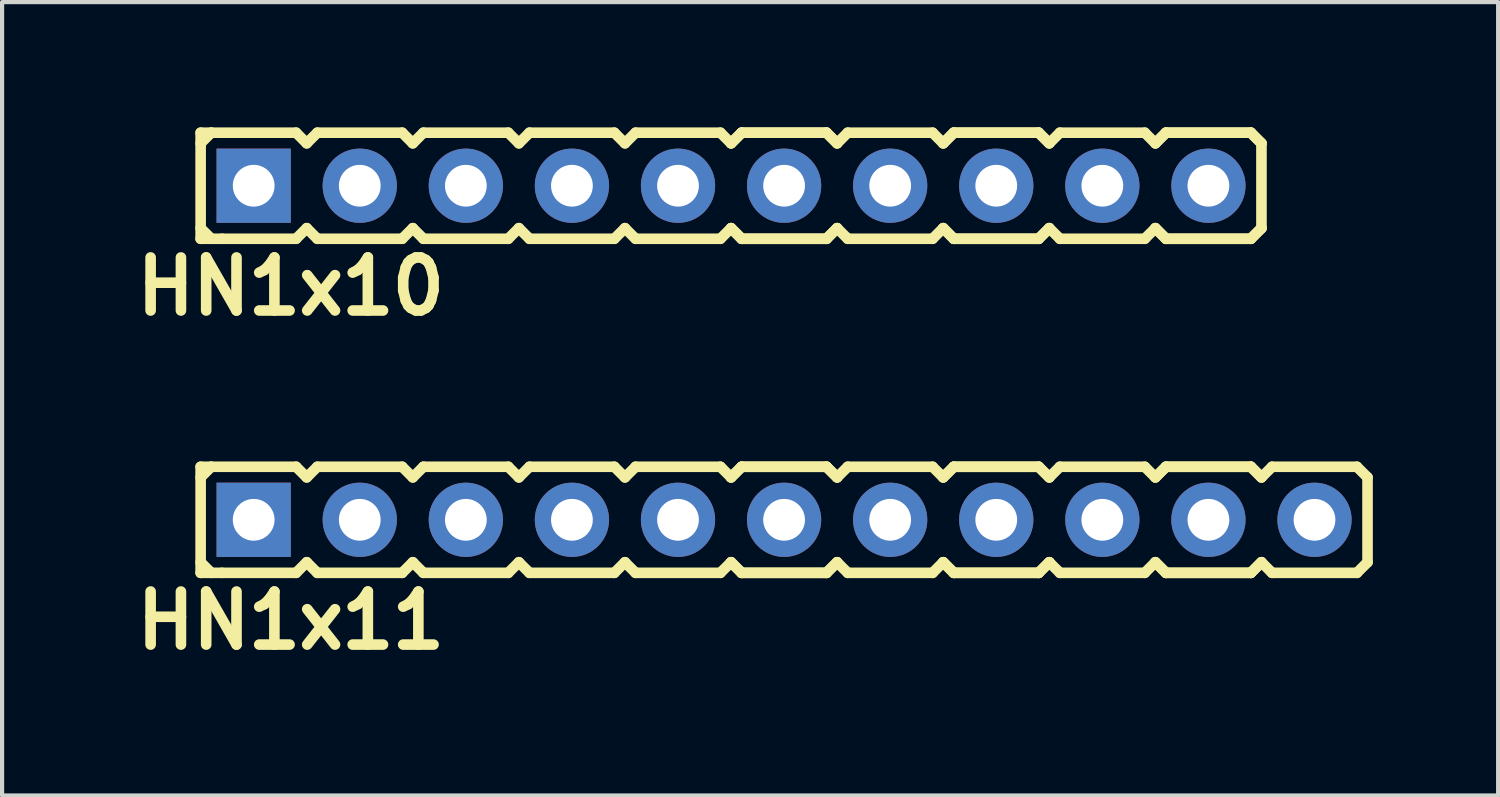
<source format=kicad_pcb>
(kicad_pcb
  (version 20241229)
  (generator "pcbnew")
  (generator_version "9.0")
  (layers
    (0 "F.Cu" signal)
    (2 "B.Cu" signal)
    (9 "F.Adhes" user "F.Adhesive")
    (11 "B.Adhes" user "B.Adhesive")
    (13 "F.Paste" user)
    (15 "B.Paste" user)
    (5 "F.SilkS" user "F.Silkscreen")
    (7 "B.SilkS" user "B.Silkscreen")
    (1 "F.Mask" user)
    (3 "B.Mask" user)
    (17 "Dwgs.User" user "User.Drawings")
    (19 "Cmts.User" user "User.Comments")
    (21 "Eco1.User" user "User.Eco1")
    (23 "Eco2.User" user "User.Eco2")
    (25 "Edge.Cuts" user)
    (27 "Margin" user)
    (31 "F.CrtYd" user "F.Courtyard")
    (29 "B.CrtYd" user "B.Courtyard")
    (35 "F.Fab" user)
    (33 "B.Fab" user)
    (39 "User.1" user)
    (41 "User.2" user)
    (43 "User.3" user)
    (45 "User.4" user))
  (footprint "HN1x11"
    (layer "F.Cu")
    (at 15.724 9.396)
    (property "Reference" "HN1x11" (at -11.811 2.413 0) (layer "F.SilkS") (effects (font (size 1.27 1.27) (thickness 0.254))))
    (attr smd)
    (fp_line (start -13.97 -1.27) (end -13.97 1.27) (stroke (width 0.254) (type solid)) (layer "F.SilkS"))
    (fp_line (start -13.97 -1.27) (end -13.716 -1.27) (stroke (width 0.254) (type solid)) (layer "F.SilkS"))
    (fp_line (start -13.97 -1.016) (end -13.716 -1.27) (stroke (width 0.254) (type solid)) (layer "F.SilkS"))
    (fp_line (start -13.716 -1.27) (end -11.684 -1.27) (stroke (width 0.254) (type solid)) (layer "F.SilkS"))
    (fp_line (start -13.716 1.27) (end -13.97 1.016) (stroke (width 0.254) (type solid)) (layer "F.SilkS"))
    (fp_line (start -13.462 1.27) (end -13.97 1.27) (stroke (width 0.254) (type solid)) (layer "F.SilkS"))
    (fp_line (start -11.684 -1.27) (end -11.43 -1.016) (stroke (width 0.254) (type solid)) (layer "F.SilkS"))
    (fp_line (start -11.684 1.27) (end -13.462 1.27) (stroke (width 0.254) (type solid)) (layer "F.SilkS"))
    (fp_line (start -11.43 -1.016) (end -11.176 -1.27) (stroke (width 0.254) (type solid)) (layer "F.SilkS"))
    (fp_line (start -11.43 1.016) (end -11.684 1.27) (stroke (width 0.254) (type solid)) (layer "F.SilkS"))
    (fp_line (start -11.176 -1.27) (end -9.144 -1.27) (stroke (width 0.254) (type solid)) (layer "F.SilkS"))
    (fp_line (start -11.176 1.27) (end -11.43 1.016) (stroke (width 0.254) (type solid)) (layer "F.SilkS"))
    (fp_line (start -9.144 -1.27) (end -8.89 -1.016) (stroke (width 0.254) (type solid)) (layer "F.SilkS"))
    (fp_line (start -9.144 1.27) (end -11.176 1.27) (stroke (width 0.254) (type solid)) (layer "F.SilkS"))
    (fp_line (start -9.144 1.27) (end -8.89 1.016) (stroke (width 0.254) (type solid)) (layer "F.SilkS"))
    (fp_line (start -8.89 -1.016) (end -8.636 -1.27) (stroke (width 0.254) (type solid)) (layer "F.SilkS"))
    (fp_line (start -8.89 1.016) (end -8.636 1.27) (stroke (width 0.254) (type solid)) (layer "F.SilkS"))
    (fp_line (start -8.636 -1.27) (end -6.604 -1.27) (stroke (width 0.254) (type solid)) (layer "F.SilkS"))
    (fp_line (start -6.604 -1.27) (end -6.35 -1.016) (stroke (width 0.254) (type solid)) (layer "F.SilkS"))
    (fp_line (start -6.604 1.27) (end -8.636 1.27) (stroke (width 0.254) (type solid)) (layer "F.SilkS"))
    (fp_line (start -6.35 -1.016) (end -6.096 -1.27) (stroke (width 0.254) (type solid)) (layer "F.SilkS"))
    (fp_line (start -6.35 1.016) (end -6.604 1.27) (stroke (width 0.254) (type solid)) (layer "F.SilkS"))
    (fp_line (start -6.096 -1.27) (end -4.064 -1.27) (stroke (width 0.254) (type solid)) (layer "F.SilkS"))
    (fp_line (start -6.096 1.27) (end -6.35 1.016) (stroke (width 0.254) (type solid)) (layer "F.SilkS"))
    (fp_line (start -4.064 -1.27) (end -3.81 -1.016) (stroke (width 0.254) (type solid)) (layer "F.SilkS"))
    (fp_line (start -4.064 1.27) (end -6.096 1.27) (stroke (width 0.254) (type solid)) (layer "F.SilkS"))
    (fp_line (start -3.81 -1.016) (end -3.556 -1.27) (stroke (width 0.254) (type solid)) (layer "F.SilkS"))
    (fp_line (start -3.81 1.016) (end -4.064 1.27) (stroke (width 0.254) (type solid)) (layer "F.SilkS"))
    (fp_line (start -3.556 -1.27) (end -1.524 -1.27) (stroke (width 0.254) (type solid)) (layer "F.SilkS"))
    (fp_line (start -3.556 1.27) (end -3.81 1.016) (stroke (width 0.254) (type solid)) (layer "F.SilkS"))
    (fp_line (start -1.524 -1.27) (end -1.27 -1.016) (stroke (width 0.254) (type solid)) (layer "F.SilkS"))
    (fp_line (start -1.524 1.27) (end -3.556 1.27) (stroke (width 0.254) (type solid)) (layer "F.SilkS"))
    (fp_line (start -1.27 -1.016) (end -1.016 -1.27) (stroke (width 0.254) (type solid)) (layer "F.SilkS"))
    (fp_line (start -1.27 -1.016) (end -1.016 -1.27) (stroke (width 0.254) (type solid)) (layer "F.SilkS"))
    (fp_line (start -1.27 1.016) (end -1.524 1.27) (stroke (width 0.254) (type solid)) (layer "F.SilkS"))
    (fp_line (start -1.016 -1.27) (end 1.016 -1.27) (stroke (width 0.254) (type solid)) (layer "F.SilkS"))
    (fp_line (start -1.016 -1.27) (end 1.016 -1.27) (stroke (width 0.254) (type solid)) (layer "F.SilkS"))
    (fp_line (start -1.016 1.27) (end -1.27 1.016) (stroke (width 0.254) (type solid)) (layer "F.SilkS"))
    (fp_line (start -1.016 1.27) (end -1.27 1.016) (stroke (width 0.254) (type solid)) (layer "F.SilkS"))
    (fp_line (start 1.016 -1.27) (end 1.27 -1.016) (stroke (width 0.254) (type solid)) (layer "F.SilkS"))
    (fp_line (start 1.016 -1.27) (end 1.27 -1.016) (stroke (width 0.254) (type solid)) (layer "F.SilkS"))
    (fp_line (start 1.016 1.27) (end -1.016 1.27) (stroke (width 0.254) (type solid)) (layer "F.SilkS"))
    (fp_line (start 1.016 1.27) (end -1.016 1.27) (stroke (width 0.254) (type solid)) (layer "F.SilkS"))
    (fp_line (start 1.27 -1.016) (end 1.524 -1.27) (stroke (width 0.254) (type solid)) (layer "F.SilkS"))
    (fp_line (start 1.27 1.016) (end 1.016 1.27) (stroke (width 0.254) (type solid)) (layer "F.SilkS"))
    (fp_line (start 1.27 1.016) (end 1.016 1.27) (stroke (width 0.254) (type solid)) (layer "F.SilkS"))
    (fp_line (start 1.524 -1.27) (end 3.556 -1.27) (stroke (width 0.254) (type solid)) (layer "F.SilkS"))
    (fp_line (start 1.524 1.27) (end 1.27 1.016) (stroke (width 0.254) (type solid)) (layer "F.SilkS"))
    (fp_line (start 3.556 -1.27) (end 3.81 -1.016) (stroke (width 0.254) (type solid)) (layer "F.SilkS"))
    (fp_line (start 3.556 1.27) (end 1.524 1.27) (stroke (width 0.254) (type solid)) (layer "F.SilkS"))
    (fp_line (start 3.81 -1.016) (end 4.064 -1.27) (stroke (width 0.254) (type solid)) (layer "F.SilkS"))
    (fp_line (start 3.81 -1.016) (end 4.064 -1.27) (stroke (width 0.254) (type solid)) (layer "F.SilkS"))
    (fp_line (start 3.81 1.016) (end 3.556 1.27) (stroke (width 0.254) (type solid)) (layer "F.SilkS"))
    (fp_line (start 4.064 -1.27) (end 6.096 -1.27) (stroke (width 0.254) (type solid)) (layer "F.SilkS"))
    (fp_line (start 4.064 -1.27) (end 6.096 -1.27) (stroke (width 0.254) (type solid)) (layer "F.SilkS"))
    (fp_line (start 4.064 1.27) (end 3.81 1.016) (stroke (width 0.254) (type solid)) (layer "F.SilkS"))
    (fp_line (start 4.064 1.27) (end 3.81 1.016) (stroke (width 0.254) (type solid)) (layer "F.SilkS"))
    (fp_line (start 6.096 -1.27) (end 6.35 -1.016) (stroke (width 0.254) (type solid)) (layer "F.SilkS"))
    (fp_line (start 6.096 -1.27) (end 6.35 -1.016) (stroke (width 0.254) (type solid)) (layer "F.SilkS"))
    (fp_line (start 6.096 1.27) (end 4.064 1.27) (stroke (width 0.254) (type solid)) (layer "F.SilkS"))
    (fp_line (start 6.096 1.27) (end 4.064 1.27) (stroke (width 0.254) (type solid)) (layer "F.SilkS"))
    (fp_line (start 6.35 -1.016) (end 6.604 -1.27) (stroke (width 0.254) (type solid)) (layer "F.SilkS"))
    (fp_line (start 6.35 1.016) (end 6.096 1.27) (stroke (width 0.254) (type solid)) (layer "F.SilkS"))
    (fp_line (start 6.35 1.016) (end 6.096 1.27) (stroke (width 0.254) (type solid)) (layer "F.SilkS"))
    (fp_line (start 6.604 -1.27) (end 8.636 -1.27) (stroke (width 0.254) (type solid)) (layer "F.SilkS"))
    (fp_line (start 6.604 1.27) (end 6.35 1.016) (stroke (width 0.254) (type solid)) (layer "F.SilkS"))
    (fp_line (start 8.636 -1.27) (end 8.89 -1.016) (stroke (width 0.254) (type solid)) (layer "F.SilkS"))
    (fp_line (start 8.636 1.27) (end 6.604 1.27) (stroke (width 0.254) (type solid)) (layer "F.SilkS"))
    (fp_line (start 8.89 -1.016) (end 9.144 -1.27) (stroke (width 0.254) (type solid)) (layer "F.SilkS"))
    (fp_line (start 8.89 -1.016) (end 9.144 -1.27) (stroke (width 0.254) (type solid)) (layer "F.SilkS"))
    (fp_line (start 8.89 1.016) (end 8.636 1.27) (stroke (width 0.254) (type solid)) (layer "F.SilkS"))
    (fp_line (start 9.144 -1.27) (end 11.176 -1.27) (stroke (width 0.254) (type solid)) (layer "F.SilkS"))
    (fp_line (start 9.144 -1.27) (end 11.176 -1.27) (stroke (width 0.254) (type solid)) (layer "F.SilkS"))
    (fp_line (start 9.144 1.27) (end 8.89 1.016) (stroke (width 0.254) (type solid)) (layer "F.SilkS"))
    (fp_line (start 9.144 1.27) (end 8.89 1.016) (stroke (width 0.254) (type solid)) (layer "F.SilkS"))
    (fp_line (start 11.176 -1.27) (end 11.43 -1.016) (stroke (width 0.254) (type solid)) (layer "F.SilkS"))
    (fp_line (start 11.176 -1.27) (end 11.43 -1.016) (stroke (width 0.254) (type solid)) (layer "F.SilkS"))
    (fp_line (start 11.176 1.27) (end 9.144 1.27) (stroke (width 0.254) (type solid)) (layer "F.SilkS"))
    (fp_line (start 11.176 1.27) (end 9.144 1.27) (stroke (width 0.254) (type solid)) (layer "F.SilkS"))
    (fp_line (start 11.43 -1.016) (end 11.684 -1.27) (stroke (width 0.254) (type solid)) (layer "F.SilkS"))
    (fp_line (start 11.43 1.016) (end 11.176 1.27) (stroke (width 0.254) (type solid)) (layer "F.SilkS"))
    (fp_line (start 11.43 1.016) (end 11.176 1.27) (stroke (width 0.254) (type solid)) (layer "F.SilkS"))
    (fp_line (start 11.684 -1.27) (end 13.716 -1.27) (stroke (width 0.254) (type solid)) (layer "F.SilkS"))
    (fp_line (start 11.684 1.27) (end 11.43 1.016) (stroke (width 0.254) (type solid)) (layer "F.SilkS"))
    (fp_line (start 13.716 -1.27) (end 13.97 -1.016) (stroke (width 0.254) (type solid)) (layer "F.SilkS"))
    (fp_line (start 13.716 1.27) (end 11.684 1.27) (stroke (width 0.254) (type solid)) (layer "F.SilkS"))
    (fp_line (start 13.97 -1.016) (end 13.97 1.016) (stroke (width 0.254) (type solid)) (layer "F.SilkS"))
    (fp_line (start 13.97 1.016) (end 13.716 1.27) (stroke (width 0.254) (type solid)) (layer "F.SilkS"))
    (pad "1" thru_hole rect (at -12.7 0) (size 1.778 1.778) (drill 1) (layers "*.Cu" "*.Mask"))
    (pad "2" thru_hole circle (at -10.16 0) (size 1.778 1.778) (drill 1) (layers "*.Cu" "*.Mask"))
    (pad "3" thru_hole circle (at -7.62 0) (size 1.778 1.778) (drill 1) (layers "*.Cu" "*.Mask"))
    (pad "4" thru_hole circle (at -5.08 0) (size 1.778 1.778) (drill 1) (layers "*.Cu" "*.Mask"))
    (pad "5" thru_hole circle (at -2.54 0) (size 1.778 1.778) (drill 1) (layers "*.Cu" "*.Mask"))
    (pad "6" thru_hole circle (at 0 0) (size 1.778 1.778) (drill 1) (layers "*.Cu" "*.Mask"))
    (pad "7" thru_hole circle (at 2.54 0) (size 1.778 1.778) (drill 1) (layers "*.Cu" "*.Mask"))
    (pad "8" thru_hole circle (at 5.08 0) (size 1.778 1.778) (drill 1) (layers "*.Cu" "*.Mask"))
    (pad "9" thru_hole circle (at 7.62 0) (size 1.778 1.778) (drill 1) (layers "*.Cu" "*.Mask"))
    (pad "10" thru_hole circle (at 10.16 0) (size 1.778 1.778) (drill 1) (layers "*.Cu" "*.Mask"))
    (pad "11" thru_hole circle (at 12.7 0) (size 1.778 1.778) (drill 1) (layers "*.Cu" "*.Mask")))
  (footprint "HN1x10"
    (layer "F.Cu")
    (at 14.454 1.397)
    (property "Reference" "HN1x10" (at -10.541 2.413 0) (layer "F.SilkS") (effects (font (size 1.27 1.27) (thickness 0.254))))
    (attr smd)
    (fp_line (start -12.7 -1.27) (end -12.7 1.27) (stroke (width 0.254) (type solid)) (layer "F.SilkS"))
    (fp_line (start -12.7 -1.27) (end -12.446 -1.27) (stroke (width 0.254) (type solid)) (layer "F.SilkS"))
    (fp_line (start -12.7 -1.016) (end -12.446 -1.27) (stroke (width 0.254) (type solid)) (layer "F.SilkS"))
    (fp_line (start -12.446 -1.27) (end -10.414 -1.27) (stroke (width 0.254) (type solid)) (layer "F.SilkS"))
    (fp_line (start -12.446 1.27) (end -12.7 1.016) (stroke (width 0.254) (type solid)) (layer "F.SilkS"))
    (fp_line (start -12.192 1.27) (end -12.7 1.27) (stroke (width 0.254) (type solid)) (layer "F.SilkS"))
    (fp_line (start -10.414 -1.27) (end -10.16 -1.016) (stroke (width 0.254) (type solid)) (layer "F.SilkS"))
    (fp_line (start -10.414 1.27) (end -12.192 1.27) (stroke (width 0.254) (type solid)) (layer "F.SilkS"))
    (fp_line (start -10.16 -1.016) (end -9.906 -1.27) (stroke (width 0.254) (type solid)) (layer "F.SilkS"))
    (fp_line (start -10.16 1.016) (end -10.414 1.27) (stroke (width 0.254) (type solid)) (layer "F.SilkS"))
    (fp_line (start -9.906 -1.27) (end -7.874 -1.27) (stroke (width 0.254) (type solid)) (layer "F.SilkS"))
    (fp_line (start -9.906 1.27) (end -10.16 1.016) (stroke (width 0.254) (type solid)) (layer "F.SilkS"))
    (fp_line (start -7.874 -1.27) (end -7.62 -1.016) (stroke (width 0.254) (type solid)) (layer "F.SilkS"))
    (fp_line (start -7.874 1.27) (end -9.906 1.27) (stroke (width 0.254) (type solid)) (layer "F.SilkS"))
    (fp_line (start -7.874 1.27) (end -7.62 1.016) (stroke (width 0.254) (type solid)) (layer "F.SilkS"))
    (fp_line (start -7.62 -1.016) (end -7.366 -1.27) (stroke (width 0.254) (type solid)) (layer "F.SilkS"))
    (fp_line (start -7.62 1.016) (end -7.366 1.27) (stroke (width 0.254) (type solid)) (layer "F.SilkS"))
    (fp_line (start -7.366 -1.27) (end -5.334 -1.27) (stroke (width 0.254) (type solid)) (layer "F.SilkS"))
    (fp_line (start -5.334 -1.27) (end -5.08 -1.016) (stroke (width 0.254) (type solid)) (layer "F.SilkS"))
    (fp_line (start -5.334 1.27) (end -7.366 1.27) (stroke (width 0.254) (type solid)) (layer "F.SilkS"))
    (fp_line (start -5.08 -1.016) (end -4.826 -1.27) (stroke (width 0.254) (type solid)) (layer "F.SilkS"))
    (fp_line (start -5.08 1.016) (end -5.334 1.27) (stroke (width 0.254) (type solid)) (layer "F.SilkS"))
    (fp_line (start -4.826 -1.27) (end -2.794 -1.27) (stroke (width 0.254) (type solid)) (layer "F.SilkS"))
    (fp_line (start -4.826 1.27) (end -5.08 1.016) (stroke (width 0.254) (type solid)) (layer "F.SilkS"))
    (fp_line (start -2.794 -1.27) (end -2.54 -1.016) (stroke (width 0.254) (type solid)) (layer "F.SilkS"))
    (fp_line (start -2.794 1.27) (end -4.826 1.27) (stroke (width 0.254) (type solid)) (layer "F.SilkS"))
    (fp_line (start -2.54 -1.016) (end -2.286 -1.27) (stroke (width 0.254) (type solid)) (layer "F.SilkS"))
    (fp_line (start -2.54 1.016) (end -2.794 1.27) (stroke (width 0.254) (type solid)) (layer "F.SilkS"))
    (fp_line (start -2.286 -1.27) (end -0.254 -1.27) (stroke (width 0.254) (type solid)) (layer "F.SilkS"))
    (fp_line (start -2.286 1.27) (end -2.54 1.016) (stroke (width 0.254) (type solid)) (layer "F.SilkS"))
    (fp_line (start -0.254 -1.27) (end 0 -1.016) (stroke (width 0.254) (type solid)) (layer "F.SilkS"))
    (fp_line (start -0.254 1.27) (end -2.286 1.27) (stroke (width 0.254) (type solid)) (layer "F.SilkS"))
    (fp_line (start 0 -1.016) (end 0.254 -1.27) (stroke (width 0.254) (type solid)) (layer "F.SilkS"))
    (fp_line (start 0 -1.016) (end 0.254 -1.27) (stroke (width 0.254) (type solid)) (layer "F.SilkS"))
    (fp_line (start 0 1.016) (end -0.254 1.27) (stroke (width 0.254) (type solid)) (layer "F.SilkS"))
    (fp_line (start 0.254 -1.27) (end 2.286 -1.27) (stroke (width 0.254) (type solid)) (layer "F.SilkS"))
    (fp_line (start 0.254 -1.27) (end 2.286 -1.27) (stroke (width 0.254) (type solid)) (layer "F.SilkS"))
    (fp_line (start 0.254 1.27) (end 0 1.016) (stroke (width 0.254) (type solid)) (layer "F.SilkS"))
    (fp_line (start 0.254 1.27) (end 0 1.016) (stroke (width 0.254) (type solid)) (layer "F.SilkS"))
    (fp_line (start 2.286 -1.27) (end 2.54 -1.016) (stroke (width 0.254) (type solid)) (layer "F.SilkS"))
    (fp_line (start 2.286 -1.27) (end 2.54 -1.016) (stroke (width 0.254) (type solid)) (layer "F.SilkS"))
    (fp_line (start 2.286 1.27) (end 0.254 1.27) (stroke (width 0.254) (type solid)) (layer "F.SilkS"))
    (fp_line (start 2.286 1.27) (end 0.254 1.27) (stroke (width 0.254) (type solid)) (layer "F.SilkS"))
    (fp_line (start 2.54 -1.016) (end 2.794 -1.27) (stroke (width 0.254) (type solid)) (layer "F.SilkS"))
    (fp_line (start 2.54 1.016) (end 2.286 1.27) (stroke (width 0.254) (type solid)) (layer "F.SilkS"))
    (fp_line (start 2.54 1.016) (end 2.286 1.27) (stroke (width 0.254) (type solid)) (layer "F.SilkS"))
    (fp_line (start 2.794 -1.27) (end 4.826 -1.27) (stroke (width 0.254) (type solid)) (layer "F.SilkS"))
    (fp_line (start 2.794 1.27) (end 2.54 1.016) (stroke (width 0.254) (type solid)) (layer "F.SilkS"))
    (fp_line (start 4.826 -1.27) (end 5.08 -1.016) (stroke (width 0.254) (type solid)) (layer "F.SilkS"))
    (fp_line (start 4.826 1.27) (end 2.794 1.27) (stroke (width 0.254) (type solid)) (layer "F.SilkS"))
    (fp_line (start 5.08 -1.016) (end 5.334 -1.27) (stroke (width 0.254) (type solid)) (layer "F.SilkS"))
    (fp_line (start 5.08 -1.016) (end 5.334 -1.27) (stroke (width 0.254) (type solid)) (layer "F.SilkS"))
    (fp_line (start 5.08 1.016) (end 4.826 1.27) (stroke (width 0.254) (type solid)) (layer "F.SilkS"))
    (fp_line (start 5.334 -1.27) (end 7.366 -1.27) (stroke (width 0.254) (type solid)) (layer "F.SilkS"))
    (fp_line (start 5.334 -1.27) (end 7.366 -1.27) (stroke (width 0.254) (type solid)) (layer "F.SilkS"))
    (fp_line (start 5.334 1.27) (end 5.08 1.016) (stroke (width 0.254) (type solid)) (layer "F.SilkS"))
    (fp_line (start 5.334 1.27) (end 5.08 1.016) (stroke (width 0.254) (type solid)) (layer "F.SilkS"))
    (fp_line (start 7.366 -1.27) (end 7.62 -1.016) (stroke (width 0.254) (type solid)) (layer "F.SilkS"))
    (fp_line (start 7.366 -1.27) (end 7.62 -1.016) (stroke (width 0.254) (type solid)) (layer "F.SilkS"))
    (fp_line (start 7.366 1.27) (end 5.334 1.27) (stroke (width 0.254) (type solid)) (layer "F.SilkS"))
    (fp_line (start 7.366 1.27) (end 5.334 1.27) (stroke (width 0.254) (type solid)) (layer "F.SilkS"))
    (fp_line (start 7.62 -1.016) (end 7.874 -1.27) (stroke (width 0.254) (type solid)) (layer "F.SilkS"))
    (fp_line (start 7.62 1.016) (end 7.366 1.27) (stroke (width 0.254) (type solid)) (layer "F.SilkS"))
    (fp_line (start 7.62 1.016) (end 7.366 1.27) (stroke (width 0.254) (type solid)) (layer "F.SilkS"))
    (fp_line (start 7.874 -1.27) (end 9.906 -1.27) (stroke (width 0.254) (type solid)) (layer "F.SilkS"))
    (fp_line (start 7.874 1.27) (end 7.62 1.016) (stroke (width 0.254) (type solid)) (layer "F.SilkS"))
    (fp_line (start 9.906 -1.27) (end 10.16 -1.016) (stroke (width 0.254) (type solid)) (layer "F.SilkS"))
    (fp_line (start 9.906 1.27) (end 7.874 1.27) (stroke (width 0.254) (type solid)) (layer "F.SilkS"))
    (fp_line (start 10.16 -1.016) (end 10.414 -1.27) (stroke (width 0.254) (type solid)) (layer "F.SilkS"))
    (fp_line (start 10.16 -1.016) (end 10.414 -1.27) (stroke (width 0.254) (type solid)) (layer "F.SilkS"))
    (fp_line (start 10.16 1.016) (end 9.906 1.27) (stroke (width 0.254) (type solid)) (layer "F.SilkS"))
    (fp_line (start 10.414 -1.27) (end 12.446 -1.27) (stroke (width 0.254) (type solid)) (layer "F.SilkS"))
    (fp_line (start 10.414 -1.27) (end 12.446 -1.27) (stroke (width 0.254) (type solid)) (layer "F.SilkS"))
    (fp_line (start 10.414 1.27) (end 10.16 1.016) (stroke (width 0.254) (type solid)) (layer "F.SilkS"))
    (fp_line (start 10.414 1.27) (end 10.16 1.016) (stroke (width 0.254) (type solid)) (layer "F.SilkS"))
    (fp_line (start 12.446 -1.27) (end 12.7 -1.016) (stroke (width 0.254) (type solid)) (layer "F.SilkS"))
    (fp_line (start 12.446 -1.27) (end 12.7 -1.016) (stroke (width 0.254) (type solid)) (layer "F.SilkS"))
    (fp_line (start 12.446 1.27) (end 10.414 1.27) (stroke (width 0.254) (type solid)) (layer "F.SilkS"))
    (fp_line (start 12.446 1.27) (end 10.414 1.27) (stroke (width 0.254) (type solid)) (layer "F.SilkS"))
    (fp_line (start 12.7 -1.016) (end 12.7 1.016) (stroke (width 0.254) (type solid)) (layer "F.SilkS"))
    (fp_line (start 12.7 1.016) (end 12.446 1.27) (stroke (width 0.254) (type solid)) (layer "F.SilkS"))
    (fp_line (start 12.7 1.016) (end 12.446 1.27) (stroke (width 0.254) (type solid)) (layer "F.SilkS"))
    (pad "1" thru_hole rect (at -11.43 0) (size 1.778 1.778) (drill 1) (layers "*.Cu" "*.Mask"))
    (pad "2" thru_hole circle (at -8.89 0) (size 1.778 1.778) (drill 1) (layers "*.Cu" "*.Mask"))
    (pad "3" thru_hole circle (at -6.35 0) (size 1.778 1.778) (drill 1) (layers "*.Cu" "*.Mask"))
    (pad "4" thru_hole circle (at -3.81 0) (size 1.778 1.778) (drill 1) (layers "*.Cu" "*.Mask"))
    (pad "5" thru_hole circle (at -1.27 0) (size 1.778 1.778) (drill 1) (layers "*.Cu" "*.Mask"))
    (pad "6" thru_hole circle (at 1.27 0) (size 1.778 1.778) (drill 1) (layers "*.Cu" "*.Mask"))
    (pad "7" thru_hole circle (at 3.81 0) (size 1.778 1.778) (drill 1) (layers "*.Cu" "*.Mask"))
    (pad "8" thru_hole circle (at 6.35 0) (size 1.778 1.778) (drill 1) (layers "*.Cu" "*.Mask"))
    (pad "9" thru_hole circle (at 8.89 0) (size 1.778 1.778) (drill 1) (layers "*.Cu" "*.Mask"))
    (pad "10" thru_hole circle (at 11.43 0) (size 1.778 1.778) (drill 1) (layers "*.Cu" "*.Mask")))
  (gr_rect
    (start -3 -3)
    (end 32.821 15.997)
    (stroke (width 0.1) (type default))
    (fill no)
    (layer "Edge.Cuts")))
</source>
